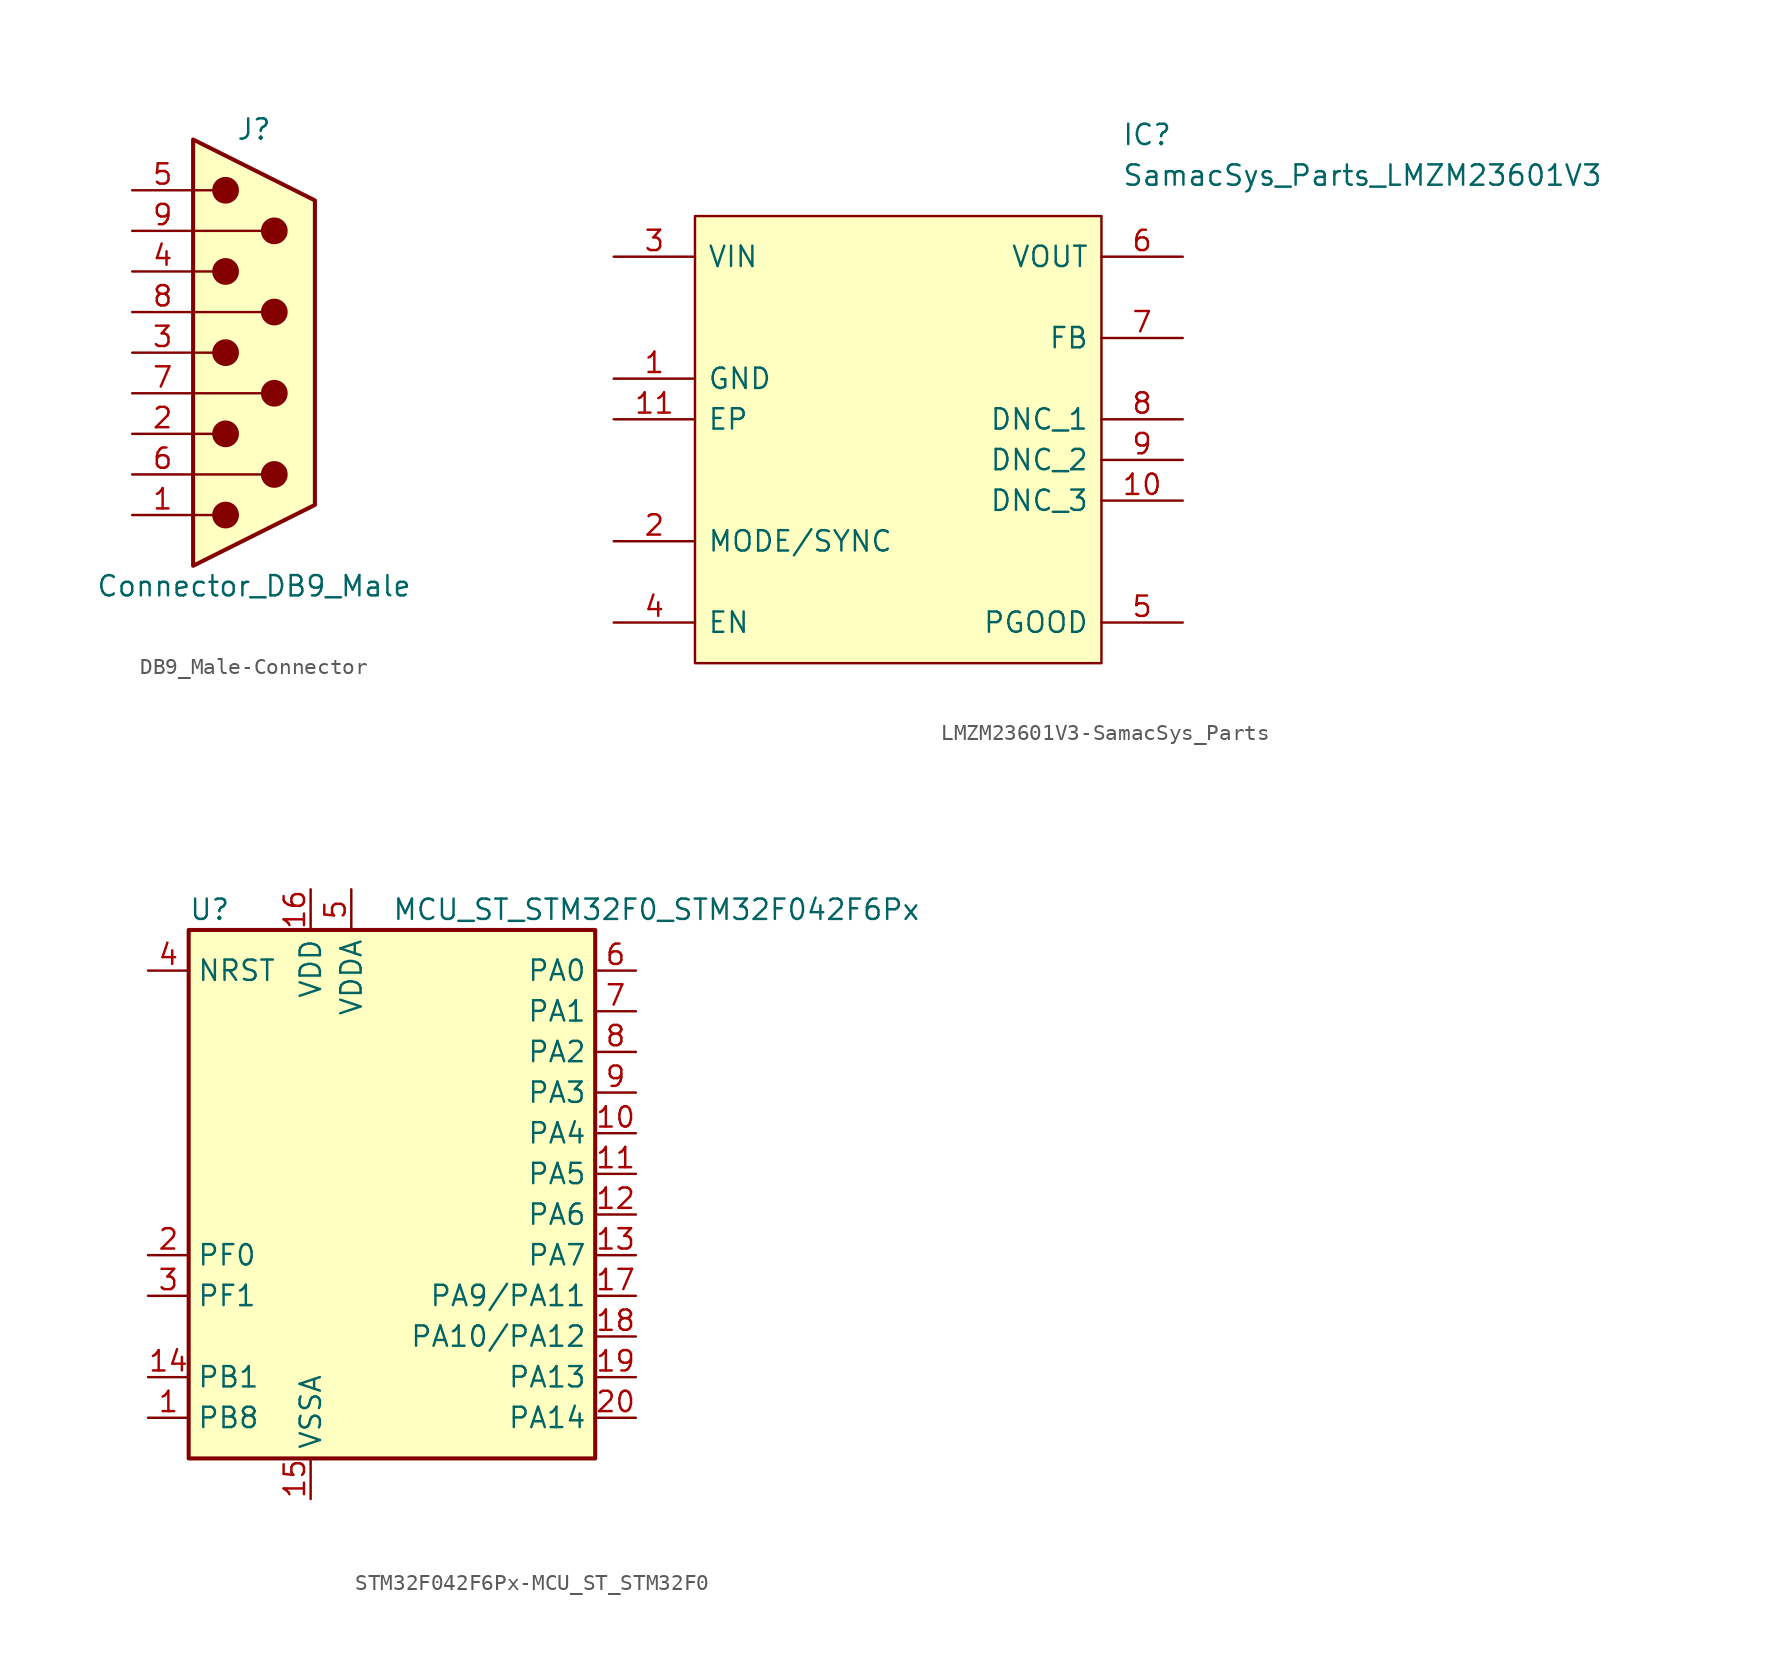
<source format=kicad_sym>
(kicad_symbol_lib
  (version 20220914)
  (generator kicad_symbol_editor)
  (symbol "DB9_Male-Connector"
    (pin_names
      (offset 1.016) hide)
    (property "Reference" "J"
      (at 0 13.97 0)
      (effects (font (size 1.27 1.27))))
    (property "Value" "Connector_DB9_Male"
      (at 0 -14.605 0)
      (effects (font (size 1.27 1.27))))
    (symbol "DB9_Male-Connector_0_1"
      (circle (center -1.778 -10.16) (radius 0.762) (stroke (width 0) (type solid)) (fill (type outline)))
      (circle (center -1.778 -5.08) (radius 0.762) (stroke (width 0) (type solid)) (fill (type outline)))
      (circle (center -1.778 0) (radius 0.762) (stroke (width 0) (type solid)) (fill (type outline)))
      (circle (center -1.778 5.08) (radius 0.762) (stroke (width 0) (type solid)) (fill (type outline)))
      (circle (center -1.778 10.16) (radius 0.762) (stroke (width 0) (type solid)) (fill (type outline)))
      (polyline (pts (xy -3.81 -10.16) (xy -2.54 -10.16)) (stroke (width 0) (type solid)) (fill (type none)))
      (polyline (pts (xy -3.81 -7.62) (xy 0.508 -7.62)) (stroke (width 0) (type solid)) (fill (type none)))
      (polyline (pts (xy -3.81 -5.08) (xy -2.54 -5.08)) (stroke (width 0) (type solid)) (fill (type none)))
      (polyline (pts (xy -3.81 -2.54) (xy 0.508 -2.54)) (stroke (width 0) (type solid)) (fill (type none)))
      (polyline (pts (xy -3.81 0) (xy -2.54 0)) (stroke (width 0) (type solid)) (fill (type none)))
      (polyline (pts (xy -3.81 2.54) (xy 0.508 2.54)) (stroke (width 0) (type solid)) (fill (type none)))
      (polyline (pts (xy -3.81 5.08) (xy -2.54 5.08)) (stroke (width 0) (type solid)) (fill (type none)))
      (polyline (pts (xy -3.81 7.62) (xy 0.508 7.62)) (stroke (width 0) (type solid)) (fill (type none)))
      (polyline (pts (xy -3.81 10.16) (xy -2.54 10.16)) (stroke (width 0) (type solid)) (fill (type none)))
      (polyline (pts (xy -3.81 -13.335) (xy -3.81 13.335) (xy 3.81 9.525) (xy 3.81 -9.525) (xy -3.81 -13.335)) (stroke (width 0.254) (type solid)) (fill (type background)))
      (circle (center 1.27 -7.62) (radius 0.762) (stroke (width 0) (type solid)) (fill (type outline)))
      (circle (center 1.27 -2.54) (radius 0.762) (stroke (width 0) (type solid)) (fill (type outline)))
      (circle (center 1.27 2.54) (radius 0.762) (stroke (width 0) (type solid)) (fill (type outline)))
      (circle (center 1.27 7.62) (radius 0.762) (stroke (width 0) (type solid)) (fill (type outline))))
    (symbol "DB9_Male-Connector_1_1"
      (pin passive line (at -7.62 -10.16 0) (length 3.81) (name "1" (effects (font (size 1.27 1.27)))) (number "1" (effects (font (size 1.27 1.27)))))
      (pin passive line (at -7.62 -5.08 0) (length 3.81) (name "2" (effects (font (size 1.27 1.27)))) (number "2" (effects (font (size 1.27 1.27)))))
      (pin passive line (at -7.62 0 0) (length 3.81) (name "3" (effects (font (size 1.27 1.27)))) (number "3" (effects (font (size 1.27 1.27)))))
      (pin passive line (at -7.62 5.08 0) (length 3.81) (name "4" (effects (font (size 1.27 1.27)))) (number "4" (effects (font (size 1.27 1.27)))))
      (pin passive line (at -7.62 10.16 0) (length 3.81) (name "5" (effects (font (size 1.27 1.27)))) (number "5" (effects (font (size 1.27 1.27)))))
      (pin passive line (at -7.62 -7.62 0) (length 3.81) (name "6" (effects (font (size 1.27 1.27)))) (number "6" (effects (font (size 1.27 1.27)))))
      (pin passive line (at -7.62 -2.54 0) (length 3.81) (name "7" (effects (font (size 1.27 1.27)))) (number "7" (effects (font (size 1.27 1.27)))))
      (pin passive line (at -7.62 2.54 0) (length 3.81) (name "8" (effects (font (size 1.27 1.27)))) (number "8" (effects (font (size 1.27 1.27)))))
      (pin passive line (at -7.62 7.62 0) (length 3.81) (name "9" (effects (font (size 1.27 1.27)))) (number "9" (effects (font (size 1.27 1.27)))))))
  (symbol "LMZM23601V3-SamacSys_Parts"
    (pin_names
      (offset 0.762))
    (property "Reference" "IC"
      (at 31.75 7.62 0)
      (effects (font (size 1.27 1.27)) (justify left)))
    (property "Value" "SamacSys_Parts_LMZM23601V3"
      (at 31.75 5.08 0)
      (effects (font (size 1.27 1.27)) (justify left)))
    (symbol "LMZM23601V3-SamacSys_Parts_0_0"
      (pin bidirectional line (at 0 -7.62 0) (length 5.08) (name "GND" (effects (font (size 1.27 1.27)))) (number "1" (effects (font (size 1.27 1.27)))))
      (pin bidirectional line (at 35.56 -15.24 180) (length 5.08) (name "DNC_3" (effects (font (size 1.27 1.27)))) (number "10" (effects (font (size 1.27 1.27)))))
      (pin bidirectional line (at 0 -10.16 0) (length 5.08) (name "EP" (effects (font (size 1.27 1.27)))) (number "11" (effects (font (size 1.27 1.27)))))
      (pin bidirectional line (at 0 -17.78 0) (length 5.08) (name "MODE/SYNC" (effects (font (size 1.27 1.27)))) (number "2" (effects (font (size 1.27 1.27)))))
      (pin bidirectional line (at 0 0 0) (length 5.08) (name "VIN" (effects (font (size 1.27 1.27)))) (number "3" (effects (font (size 1.27 1.27)))))
      (pin bidirectional line (at 0 -22.86 0) (length 5.08) (name "EN" (effects (font (size 1.27 1.27)))) (number "4" (effects (font (size 1.27 1.27)))))
      (pin bidirectional line (at 35.56 -22.86 180) (length 5.08) (name "PGOOD" (effects (font (size 1.27 1.27)))) (number "5" (effects (font (size 1.27 1.27)))))
      (pin bidirectional line (at 35.56 0 180) (length 5.08) (name "VOUT" (effects (font (size 1.27 1.27)))) (number "6" (effects (font (size 1.27 1.27)))))
      (pin bidirectional line (at 35.56 -5.08 180) (length 5.08) (name "FB" (effects (font (size 1.27 1.27)))) (number "7" (effects (font (size 1.27 1.27)))))
      (pin bidirectional line (at 35.56 -10.16 180) (length 5.08) (name "DNC_1" (effects (font (size 1.27 1.27)))) (number "8" (effects (font (size 1.27 1.27)))))
      (pin bidirectional line (at 35.56 -12.7 180) (length 5.08) (name "DNC_2" (effects (font (size 1.27 1.27)))) (number "9" (effects (font (size 1.27 1.27))))))
    (symbol "LMZM23601V3-SamacSys_Parts_0_1"
      (rectangle (start 5.08 2.54) (end 30.48 -25.4) (stroke (width 0) (type solid)) (fill (type background)))))
  (symbol "STM32F042F6Px-MCU_ST_STM32F0"
    (property "Reference" "U"
      (at -12.7 16.51 0)
      (effects (font (size 1.27 1.27)) (justify left)))
    (property "Value" "MCU_ST_STM32F0_STM32F042F6Px"
      (at 0 16.51 0)
      (effects (font (size 1.27 1.27)) (justify left)))
    (symbol "STM32F042F6Px-MCU_ST_STM32F0_0_1"
      (rectangle (start -12.7 -17.78) (end 12.7 15.24) (stroke (width 0.254) (type solid)) (fill (type background))))
    (symbol "STM32F042F6Px-MCU_ST_STM32F0_1_1"
      (pin bidirectional line (at -15.24 -15.24 0) (length 2.54) (name "PB8" (effects (font (size 1.27 1.27)))) (number "1" (effects (font (size 1.27 1.27)))))
      (pin bidirectional line (at 15.24 2.54 180) (length 2.54) (name "PA4" (effects (font (size 1.27 1.27)))) (number "10" (effects (font (size 1.27 1.27)))))
      (pin bidirectional line (at 15.24 0 180) (length 2.54) (name "PA5" (effects (font (size 1.27 1.27)))) (number "11" (effects (font (size 1.27 1.27)))))
      (pin bidirectional line (at 15.24 -2.54 180) (length 2.54) (name "PA6" (effects (font (size 1.27 1.27)))) (number "12" (effects (font (size 1.27 1.27)))))
      (pin bidirectional line (at 15.24 -5.08 180) (length 2.54) (name "PA7" (effects (font (size 1.27 1.27)))) (number "13" (effects (font (size 1.27 1.27)))))
      (pin bidirectional line (at -15.24 -12.7 0) (length 2.54) (name "PB1" (effects (font (size 1.27 1.27)))) (number "14" (effects (font (size 1.27 1.27)))))
      (pin power_in line (at -5.08 -20.32 90) (length 2.54) (name "VSSA" (effects (font (size 1.27 1.27)))) (number "15" (effects (font (size 1.27 1.27)))))
      (pin power_in line (at -5.08 17.78 270) (length 2.54) (name "VDD" (effects (font (size 1.27 1.27)))) (number "16" (effects (font (size 1.27 1.27)))))
      (pin bidirectional line (at 15.24 -7.62 180) (length 2.54) (name "PA9/PA11" (effects (font (size 1.27 1.27)))) (number "17" (effects (font (size 1.27 1.27)))))
      (pin bidirectional line (at 15.24 -10.16 180) (length 2.54) (name "PA10/PA12" (effects (font (size 1.27 1.27)))) (number "18" (effects (font (size 1.27 1.27)))))
      (pin bidirectional line (at 15.24 -12.7 180) (length 2.54) (name "PA13" (effects (font (size 1.27 1.27)))) (number "19" (effects (font (size 1.27 1.27)))))
      (pin input line (at -15.24 -5.08 0) (length 2.54) (name "PF0" (effects (font (size 1.27 1.27)))) (number "2" (effects (font (size 1.27 1.27)))))
      (pin bidirectional line (at 15.24 -15.24 180) (length 2.54) (name "PA14" (effects (font (size 1.27 1.27)))) (number "20" (effects (font (size 1.27 1.27)))))
      (pin input line (at -15.24 -7.62 0) (length 2.54) (name "PF1" (effects (font (size 1.27 1.27)))) (number "3" (effects (font (size 1.27 1.27)))))
      (pin input line (at -15.24 12.7 0) (length 2.54) (name "NRST" (effects (font (size 1.27 1.27)))) (number "4" (effects (font (size 1.27 1.27)))))
      (pin power_in line (at -2.54 17.78 270) (length 2.54) (name "VDDA" (effects (font (size 1.27 1.27)))) (number "5" (effects (font (size 1.27 1.27)))))
      (pin bidirectional line (at 15.24 12.7 180) (length 2.54) (name "PA0" (effects (font (size 1.27 1.27)))) (number "6" (effects (font (size 1.27 1.27)))))
      (pin bidirectional line (at 15.24 10.16 180) (length 2.54) (name "PA1" (effects (font (size 1.27 1.27)))) (number "7" (effects (font (size 1.27 1.27)))))
      (pin bidirectional line (at 15.24 7.62 180) (length 2.54) (name "PA2" (effects (font (size 1.27 1.27)))) (number "8" (effects (font (size 1.27 1.27)))))
      (pin bidirectional line (at 15.24 5.08 180) (length 2.54) (name "PA3" (effects (font (size 1.27 1.27)))) (number "9" (effects (font (size 1.27 1.27))))))))
</source>
